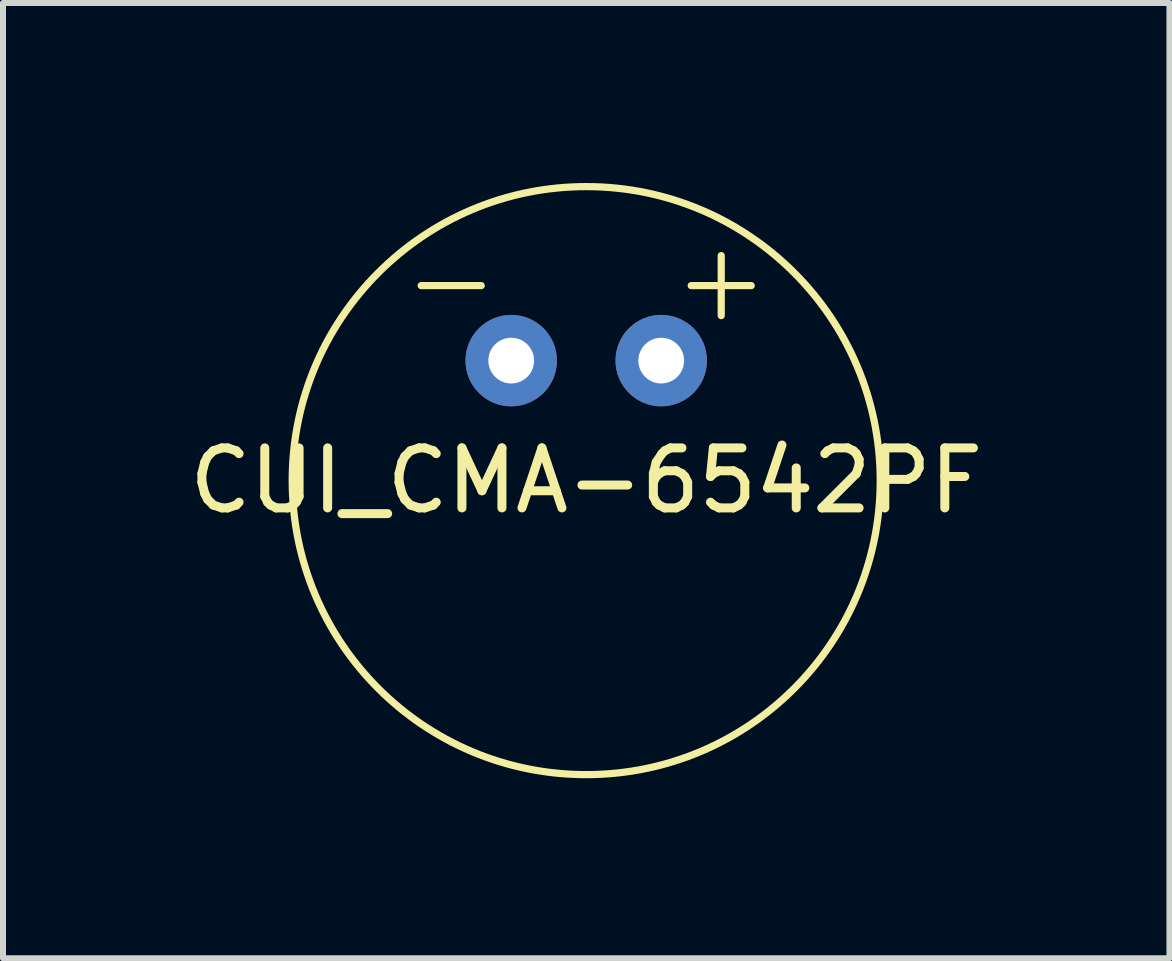
<source format=kicad_pcb>
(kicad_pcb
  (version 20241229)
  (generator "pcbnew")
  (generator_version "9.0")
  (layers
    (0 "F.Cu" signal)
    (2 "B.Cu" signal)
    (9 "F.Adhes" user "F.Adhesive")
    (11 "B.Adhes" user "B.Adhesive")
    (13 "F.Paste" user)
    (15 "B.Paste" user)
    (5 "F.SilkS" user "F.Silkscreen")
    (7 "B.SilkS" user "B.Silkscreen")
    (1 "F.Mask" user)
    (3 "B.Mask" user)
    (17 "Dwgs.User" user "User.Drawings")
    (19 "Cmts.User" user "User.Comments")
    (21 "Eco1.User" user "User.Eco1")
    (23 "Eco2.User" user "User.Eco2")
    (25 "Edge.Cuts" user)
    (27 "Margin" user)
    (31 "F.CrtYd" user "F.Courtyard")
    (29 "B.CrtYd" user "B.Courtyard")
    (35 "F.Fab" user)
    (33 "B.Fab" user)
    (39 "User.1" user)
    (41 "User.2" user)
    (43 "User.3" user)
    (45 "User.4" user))
  (footprint "CUI_CMA-6542PF"
    (layer "F.Cu")
    (at 6.72 4.96)
    (property "Reference" "CUI_CMA-6542PF" (at 0 0 0) (layer "F.SilkS") (effects (font (size 1 1) (thickness 0.15))))
    (attr through_hole)
    (fp_line (start -2.75 -3.25) (end -1.75 -3.25) (stroke (width 0.12) (type solid)) (layer "F.SilkS"))
    (fp_line (start 1.75 -3.25) (end 2.75 -3.25) (stroke (width 0.12) (type solid)) (layer "F.SilkS"))
    (fp_line (start 2.25 -3.75) (end 2.25 -2.75) (stroke (width 0.12) (type solid)) (layer "F.SilkS"))
    (fp_circle (center 0 0) (end 4.9 0) (stroke (width 0.12) (type solid)) (fill no) (layer "F.SilkS"))
    (pad "1" thru_hole circle (at 1.25 -2) (size 1.524 1.524) (drill 0.762) (layers "*.Cu" "*.Mask"))
    (pad "2" thru_hole circle (at -1.25 -2) (size 1.524 1.524) (drill 0.762) (layers "*.Cu" "*.Mask")))
  (gr_rect
    (start -3 -3)
    (end 16.44 12.92)
    (stroke (width 0.1) (type default))
    (fill no)
    (layer "Edge.Cuts")))
</source>
